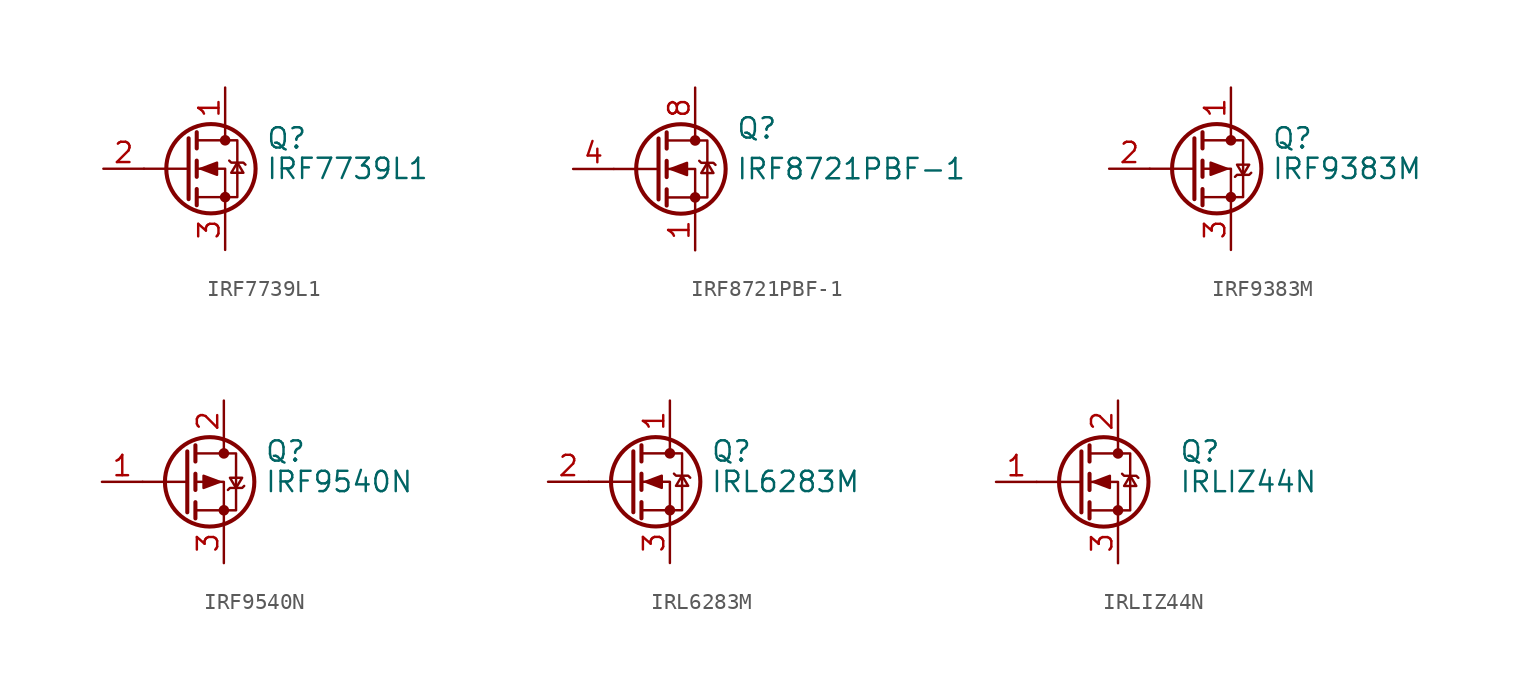
<source format=kicad_sym>
(kicad_symbol_lib
  (version 20211014)
  (generator kicad_symbol_editor)
  (symbol "IRF7739L1"
    (pin_names hide)
    (property "Reference" "Q"
      (at 5.08 1.905 0)
      (effects (font (size 1.27 1.27)) (justify left)))
    (property "Value" "IRF7739L1"
      (at 5.08 0 0)
      (effects (font (size 1.27 1.27)) (justify left)))
    (symbol "IRF7739L1_0_1"
      (polyline (pts (xy 0.254 0) (xy -2.54 0)) (stroke (width 0) (type default) (color 0 0 0 0)) (fill (type none)))
      (polyline (pts (xy 0.254 1.905) (xy 0.254 -1.905)) (stroke (width 0.254) (type default) (color 0 0 0 0)) (fill (type none)))
      (polyline (pts (xy 0.762 -1.27) (xy 0.762 -2.286)) (stroke (width 0.254) (type default) (color 0 0 0 0)) (fill (type none)))
      (polyline (pts (xy 0.762 0.508) (xy 0.762 -0.508)) (stroke (width 0.254) (type default) (color 0 0 0 0)) (fill (type none)))
      (polyline (pts (xy 0.762 2.286) (xy 0.762 1.27)) (stroke (width 0.254) (type default) (color 0 0 0 0)) (fill (type none)))
      (polyline (pts (xy 2.54 2.54) (xy 2.54 1.778)) (stroke (width 0) (type default) (color 0 0 0 0)) (fill (type none)))
      (polyline (pts (xy 2.54 -2.54) (xy 2.54 0) (xy 0.762 0)) (stroke (width 0) (type default) (color 0 0 0 0)) (fill (type none)))
      (polyline (pts (xy 0.762 -1.778) (xy 3.302 -1.778) (xy 3.302 1.778) (xy 0.762 1.778)) (stroke (width 0) (type default) (color 0 0 0 0)) (fill (type none)))
      (polyline (pts (xy 1.016 0) (xy 2.032 0.381) (xy 2.032 -0.381) (xy 1.016 0)) (stroke (width 0) (type default) (color 0 0 0 0)) (fill (type outline)))
      (polyline (pts (xy 2.794 0.508) (xy 2.921 0.381) (xy 3.683 0.381) (xy 3.81 0.254)) (stroke (width 0) (type default) (color 0 0 0 0)) (fill (type none)))
      (polyline (pts (xy 3.302 0.381) (xy 2.921 -0.254) (xy 3.683 -0.254) (xy 3.302 0.381)) (stroke (width 0) (type default) (color 0 0 0 0)) (fill (type none)))
      (circle (center 1.651 0) (radius 2.794) (stroke (width 0.254) (type default) (color 0 0 0 0)) (fill (type none)))
      (circle (center 2.54 -1.778) (radius 0.254) (stroke (width 0) (type default) (color 0 0 0 0)) (fill (type outline)))
      (circle (center 2.54 1.778) (radius 0.254) (stroke (width 0) (type default) (color 0 0 0 0)) (fill (type outline))))
    (symbol "IRF7739L1_1_1"
      (pin passive line (at 2.54 5.08 270) (length 2.54) (name "D" (effects (font (size 1.27 1.27)))) (number "1" (effects (font (size 1.27 1.27)))))
      (pin input line (at -5.08 0 0) (length 2.54) (name "G" (effects (font (size 1.27 1.27)))) (number "2" (effects (font (size 1.27 1.27)))))
      (pin passive line (at 2.54 -5.08 90) (length 2.54) (name "S" (effects (font (size 1.27 1.27)))) (number "3" (effects (font (size 1.27 1.27)))))))
  (symbol "IRF8721PBF-1"
    (pin_names hide)
    (property "Reference" "Q"
      (at 5.08 2.54 0)
      (effects (font (size 1.27 1.27)) (justify left)))
    (property "Value" "IRF8721PBF-1"
      (at 5.08 0 0)
      (effects (font (size 1.27 1.27)) (justify left)))
    (symbol "IRF8721PBF-1_0_1"
      (polyline (pts (xy 0.254 0) (xy -2.54 0)) (stroke (width 0) (type default) (color 0 0 0 0)) (fill (type none)))
      (polyline (pts (xy 0.254 1.905) (xy 0.254 -1.905)) (stroke (width 0.254) (type default) (color 0 0 0 0)) (fill (type none)))
      (polyline (pts (xy 0.762 -1.27) (xy 0.762 -2.286)) (stroke (width 0.254) (type default) (color 0 0 0 0)) (fill (type none)))
      (polyline (pts (xy 0.762 0.508) (xy 0.762 -0.508)) (stroke (width 0.254) (type default) (color 0 0 0 0)) (fill (type none)))
      (polyline (pts (xy 0.762 2.286) (xy 0.762 1.27)) (stroke (width 0.254) (type default) (color 0 0 0 0)) (fill (type none)))
      (polyline (pts (xy 2.54 2.54) (xy 2.54 1.778)) (stroke (width 0) (type default) (color 0 0 0 0)) (fill (type none)))
      (polyline (pts (xy 2.54 -2.54) (xy 2.54 0) (xy 0.762 0)) (stroke (width 0) (type default) (color 0 0 0 0)) (fill (type none)))
      (polyline (pts (xy 0.762 -1.778) (xy 3.302 -1.778) (xy 3.302 1.778) (xy 0.762 1.778)) (stroke (width 0) (type default) (color 0 0 0 0)) (fill (type none)))
      (polyline (pts (xy 1.016 0) (xy 2.032 0.381) (xy 2.032 -0.381) (xy 1.016 0)) (stroke (width 0) (type default) (color 0 0 0 0)) (fill (type outline)))
      (polyline (pts (xy 2.794 0.508) (xy 2.921 0.381) (xy 3.683 0.381) (xy 3.81 0.254)) (stroke (width 0) (type default) (color 0 0 0 0)) (fill (type none)))
      (polyline (pts (xy 3.302 0.381) (xy 2.921 -0.254) (xy 3.683 -0.254) (xy 3.302 0.381)) (stroke (width 0) (type default) (color 0 0 0 0)) (fill (type none)))
      (circle (center 1.651 0) (radius 2.794) (stroke (width 0.254) (type default) (color 0 0 0 0)) (fill (type none)))
      (circle (center 2.54 -1.778) (radius 0.254) (stroke (width 0) (type default) (color 0 0 0 0)) (fill (type outline)))
      (circle (center 2.54 1.778) (radius 0.254) (stroke (width 0) (type default) (color 0 0 0 0)) (fill (type outline))))
    (symbol "IRF8721PBF-1_1_1"
      (pin passive line (at 2.54 -5.08 90) (length 2.54) (name "S" (effects (font (size 1.27 1.27)))) (number "1" (effects (font (size 1.27 1.27)))))
      (pin passive line (at 2.54 -5.08 90) (length 2.54) hide (name "S" (effects (font (size 1.27 1.27)))) (number "2" (effects (font (size 1.27 1.27)))))
      (pin passive line (at 2.54 -5.08 90) (length 2.54) hide (name "S" (effects (font (size 1.27 1.27)))) (number "3" (effects (font (size 1.27 1.27)))))
      (pin input line (at -5.08 0 0) (length 2.54) (name "G" (effects (font (size 1.27 1.27)))) (number "4" (effects (font (size 1.27 1.27)))))
      (pin passive line (at 2.54 5.08 270) (length 2.54) hide (name "D" (effects (font (size 1.27 1.27)))) (number "5" (effects (font (size 1.27 1.27)))))
      (pin passive line (at 2.54 5.08 270) (length 2.54) hide (name "D" (effects (font (size 1.27 1.27)))) (number "6" (effects (font (size 1.27 1.27)))))
      (pin passive line (at 2.54 5.08 270) (length 2.54) hide (name "D" (effects (font (size 1.27 1.27)))) (number "7" (effects (font (size 1.27 1.27)))))
      (pin passive line (at 2.54 5.08 270) (length 2.54) (name "D" (effects (font (size 1.27 1.27)))) (number "8" (effects (font (size 1.27 1.27)))))))
  (symbol "IRF9383M"
    (pin_names hide)
    (property "Reference" "Q"
      (at 5.08 1.905 0)
      (effects (font (size 1.27 1.27)) (justify left)))
    (property "Value" "IRF9383M"
      (at 5.08 0 0)
      (effects (font (size 1.27 1.27)) (justify left)))
    (symbol "IRF9383M_0_1"
      (polyline (pts (xy 0.254 0) (xy -2.54 0)) (stroke (width 0) (type default) (color 0 0 0 0)) (fill (type none)))
      (polyline (pts (xy 0.254 1.905) (xy 0.254 -1.905)) (stroke (width 0.254) (type default) (color 0 0 0 0)) (fill (type none)))
      (polyline (pts (xy 0.762 -1.27) (xy 0.762 -2.286)) (stroke (width 0.254) (type default) (color 0 0 0 0)) (fill (type none)))
      (polyline (pts (xy 0.762 0.508) (xy 0.762 -0.508)) (stroke (width 0.254) (type default) (color 0 0 0 0)) (fill (type none)))
      (polyline (pts (xy 0.762 2.286) (xy 0.762 1.27)) (stroke (width 0.254) (type default) (color 0 0 0 0)) (fill (type none)))
      (polyline (pts (xy 2.54 2.54) (xy 2.54 1.778)) (stroke (width 0) (type default) (color 0 0 0 0)) (fill (type none)))
      (polyline (pts (xy 2.54 -2.54) (xy 2.54 0) (xy 0.762 0)) (stroke (width 0) (type default) (color 0 0 0 0)) (fill (type none)))
      (polyline (pts (xy 0.762 1.778) (xy 3.302 1.778) (xy 3.302 -1.778) (xy 0.762 -1.778)) (stroke (width 0) (type default) (color 0 0 0 0)) (fill (type none)))
      (polyline (pts (xy 2.286 0) (xy 1.27 0.381) (xy 1.27 -0.381) (xy 2.286 0)) (stroke (width 0) (type default) (color 0 0 0 0)) (fill (type outline)))
      (polyline (pts (xy 2.794 -0.508) (xy 2.921 -0.381) (xy 3.683 -0.381) (xy 3.81 -0.254)) (stroke (width 0) (type default) (color 0 0 0 0)) (fill (type none)))
      (polyline (pts (xy 3.302 -0.381) (xy 2.921 0.254) (xy 3.683 0.254) (xy 3.302 -0.381)) (stroke (width 0) (type default) (color 0 0 0 0)) (fill (type none)))
      (circle (center 1.651 0) (radius 2.794) (stroke (width 0.254) (type default) (color 0 0 0 0)) (fill (type none)))
      (circle (center 2.54 -1.778) (radius 0.254) (stroke (width 0) (type default) (color 0 0 0 0)) (fill (type outline)))
      (circle (center 2.54 1.778) (radius 0.254) (stroke (width 0) (type default) (color 0 0 0 0)) (fill (type outline))))
    (symbol "IRF9383M_1_1"
      (pin passive line (at 2.54 5.08 270) (length 2.54) (name "D" (effects (font (size 1.27 1.27)))) (number "1" (effects (font (size 1.27 1.27)))))
      (pin input line (at -5.08 0 0) (length 2.54) (name "G" (effects (font (size 1.27 1.27)))) (number "2" (effects (font (size 1.27 1.27)))))
      (pin passive line (at 2.54 -5.08 90) (length 2.54) (name "S" (effects (font (size 1.27 1.27)))) (number "3" (effects (font (size 1.27 1.27)))))))
  (symbol "IRF9540N"
    (pin_names hide)
    (property "Reference" "Q"
      (at 5.08 1.905 0)
      (effects (font (size 1.27 1.27)) (justify left)))
    (property "Value" "IRF9540N"
      (at 5.08 0 0)
      (effects (font (size 1.27 1.27)) (justify left)))
    (symbol "IRF9540N_0_1"
      (polyline (pts (xy 0.254 0) (xy -2.54 0)) (stroke (width 0) (type default) (color 0 0 0 0)) (fill (type none)))
      (polyline (pts (xy 0.254 1.905) (xy 0.254 -1.905)) (stroke (width 0.254) (type default) (color 0 0 0 0)) (fill (type none)))
      (polyline (pts (xy 0.762 -1.27) (xy 0.762 -2.286)) (stroke (width 0.254) (type default) (color 0 0 0 0)) (fill (type none)))
      (polyline (pts (xy 0.762 0.508) (xy 0.762 -0.508)) (stroke (width 0.254) (type default) (color 0 0 0 0)) (fill (type none)))
      (polyline (pts (xy 0.762 2.286) (xy 0.762 1.27)) (stroke (width 0.254) (type default) (color 0 0 0 0)) (fill (type none)))
      (polyline (pts (xy 2.54 2.54) (xy 2.54 1.778)) (stroke (width 0) (type default) (color 0 0 0 0)) (fill (type none)))
      (polyline (pts (xy 2.54 -2.54) (xy 2.54 0) (xy 0.762 0)) (stroke (width 0) (type default) (color 0 0 0 0)) (fill (type none)))
      (polyline (pts (xy 0.762 1.778) (xy 3.302 1.778) (xy 3.302 -1.778) (xy 0.762 -1.778)) (stroke (width 0) (type default) (color 0 0 0 0)) (fill (type none)))
      (polyline (pts (xy 2.286 0) (xy 1.27 0.381) (xy 1.27 -0.381) (xy 2.286 0)) (stroke (width 0) (type default) (color 0 0 0 0)) (fill (type outline)))
      (polyline (pts (xy 2.794 -0.508) (xy 2.921 -0.381) (xy 3.683 -0.381) (xy 3.81 -0.254)) (stroke (width 0) (type default) (color 0 0 0 0)) (fill (type none)))
      (polyline (pts (xy 3.302 -0.381) (xy 2.921 0.254) (xy 3.683 0.254) (xy 3.302 -0.381)) (stroke (width 0) (type default) (color 0 0 0 0)) (fill (type none)))
      (circle (center 1.651 0) (radius 2.794) (stroke (width 0.254) (type default) (color 0 0 0 0)) (fill (type none)))
      (circle (center 2.54 -1.778) (radius 0.254) (stroke (width 0) (type default) (color 0 0 0 0)) (fill (type outline)))
      (circle (center 2.54 1.778) (radius 0.254) (stroke (width 0) (type default) (color 0 0 0 0)) (fill (type outline))))
    (symbol "IRF9540N_1_1"
      (pin input line (at -5.08 0 0) (length 2.54) (name "G" (effects (font (size 1.27 1.27)))) (number "1" (effects (font (size 1.27 1.27)))))
      (pin passive line (at 2.54 5.08 270) (length 2.54) (name "D" (effects (font (size 1.27 1.27)))) (number "2" (effects (font (size 1.27 1.27)))))
      (pin passive line (at 2.54 -5.08 90) (length 2.54) (name "S" (effects (font (size 1.27 1.27)))) (number "3" (effects (font (size 1.27 1.27)))))))
  (symbol "IRL6283M"
    (pin_names hide)
    (property "Reference" "Q"
      (at 5.08 1.905 0)
      (effects (font (size 1.27 1.27)) (justify left)))
    (property "Value" "IRL6283M"
      (at 5.08 0 0)
      (effects (font (size 1.27 1.27)) (justify left)))
    (symbol "IRL6283M_0_1"
      (polyline (pts (xy 0.254 0) (xy -2.54 0)) (stroke (width 0) (type default) (color 0 0 0 0)) (fill (type none)))
      (polyline (pts (xy 0.254 1.905) (xy 0.254 -1.905)) (stroke (width 0.254) (type default) (color 0 0 0 0)) (fill (type none)))
      (polyline (pts (xy 0.762 -1.27) (xy 0.762 -2.286)) (stroke (width 0.254) (type default) (color 0 0 0 0)) (fill (type none)))
      (polyline (pts (xy 0.762 0.508) (xy 0.762 -0.508)) (stroke (width 0.254) (type default) (color 0 0 0 0)) (fill (type none)))
      (polyline (pts (xy 0.762 2.286) (xy 0.762 1.27)) (stroke (width 0.254) (type default) (color 0 0 0 0)) (fill (type none)))
      (polyline (pts (xy 2.54 2.54) (xy 2.54 1.778)) (stroke (width 0) (type default) (color 0 0 0 0)) (fill (type none)))
      (polyline (pts (xy 2.54 -2.54) (xy 2.54 0) (xy 0.762 0)) (stroke (width 0) (type default) (color 0 0 0 0)) (fill (type none)))
      (polyline (pts (xy 0.762 -1.778) (xy 3.302 -1.778) (xy 3.302 1.778) (xy 0.762 1.778)) (stroke (width 0) (type default) (color 0 0 0 0)) (fill (type none)))
      (polyline (pts (xy 1.016 0) (xy 2.032 0.381) (xy 2.032 -0.381) (xy 1.016 0)) (stroke (width 0) (type default) (color 0 0 0 0)) (fill (type outline)))
      (polyline (pts (xy 2.794 0.508) (xy 2.921 0.381) (xy 3.683 0.381) (xy 3.81 0.254)) (stroke (width 0) (type default) (color 0 0 0 0)) (fill (type none)))
      (polyline (pts (xy 3.302 0.381) (xy 2.921 -0.254) (xy 3.683 -0.254) (xy 3.302 0.381)) (stroke (width 0) (type default) (color 0 0 0 0)) (fill (type none)))
      (circle (center 1.651 0) (radius 2.794) (stroke (width 0.254) (type default) (color 0 0 0 0)) (fill (type none)))
      (circle (center 2.54 -1.778) (radius 0.254) (stroke (width 0) (type default) (color 0 0 0 0)) (fill (type outline)))
      (circle (center 2.54 1.778) (radius 0.254) (stroke (width 0) (type default) (color 0 0 0 0)) (fill (type outline))))
    (symbol "IRL6283M_1_1"
      (pin passive line (at 2.54 5.08 270) (length 2.54) (name "D" (effects (font (size 1.27 1.27)))) (number "1" (effects (font (size 1.27 1.27)))))
      (pin input line (at -5.08 0 0) (length 2.54) (name "G" (effects (font (size 1.27 1.27)))) (number "2" (effects (font (size 1.27 1.27)))))
      (pin passive line (at 2.54 -5.08 90) (length 2.54) (name "S" (effects (font (size 1.27 1.27)))) (number "3" (effects (font (size 1.27 1.27)))))))
  (symbol "IRLIZ44N"
    (pin_names hide)
    (property "Reference" "Q"
      (at 6.35 1.905 0)
      (effects (font (size 1.27 1.27)) (justify left)))
    (property "Value" "IRLIZ44N"
      (at 6.35 0 0)
      (effects (font (size 1.27 1.27)) (justify left)))
    (symbol "IRLIZ44N_0_1"
      (polyline (pts (xy 0.254 0) (xy -2.54 0)) (stroke (width 0) (type default) (color 0 0 0 0)) (fill (type none)))
      (polyline (pts (xy 0.254 1.905) (xy 0.254 -1.905)) (stroke (width 0.254) (type default) (color 0 0 0 0)) (fill (type none)))
      (polyline (pts (xy 0.762 -1.27) (xy 0.762 -2.286)) (stroke (width 0.254) (type default) (color 0 0 0 0)) (fill (type none)))
      (polyline (pts (xy 0.762 0.508) (xy 0.762 -0.508)) (stroke (width 0.254) (type default) (color 0 0 0 0)) (fill (type none)))
      (polyline (pts (xy 0.762 2.286) (xy 0.762 1.27)) (stroke (width 0.254) (type default) (color 0 0 0 0)) (fill (type none)))
      (polyline (pts (xy 2.54 2.54) (xy 2.54 1.778)) (stroke (width 0) (type default) (color 0 0 0 0)) (fill (type none)))
      (polyline (pts (xy 2.54 -2.54) (xy 2.54 0) (xy 0.762 0)) (stroke (width 0) (type default) (color 0 0 0 0)) (fill (type none)))
      (polyline (pts (xy 0.762 -1.778) (xy 3.302 -1.778) (xy 3.302 1.778) (xy 0.762 1.778)) (stroke (width 0) (type default) (color 0 0 0 0)) (fill (type none)))
      (polyline (pts (xy 1.016 0) (xy 2.032 0.381) (xy 2.032 -0.381) (xy 1.016 0)) (stroke (width 0) (type default) (color 0 0 0 0)) (fill (type outline)))
      (polyline (pts (xy 2.794 0.508) (xy 2.921 0.381) (xy 3.683 0.381) (xy 3.81 0.254)) (stroke (width 0) (type default) (color 0 0 0 0)) (fill (type none)))
      (polyline (pts (xy 3.302 0.381) (xy 2.921 -0.254) (xy 3.683 -0.254) (xy 3.302 0.381)) (stroke (width 0) (type default) (color 0 0 0 0)) (fill (type none)))
      (circle (center 1.651 0) (radius 2.794) (stroke (width 0.254) (type default) (color 0 0 0 0)) (fill (type none)))
      (circle (center 2.54 -1.778) (radius 0.254) (stroke (width 0) (type default) (color 0 0 0 0)) (fill (type outline)))
      (circle (center 2.54 1.778) (radius 0.254) (stroke (width 0) (type default) (color 0 0 0 0)) (fill (type outline))))
    (symbol "IRLIZ44N_1_1"
      (pin input line (at -5.08 0 0) (length 2.54) (name "G" (effects (font (size 1.27 1.27)))) (number "1" (effects (font (size 1.27 1.27)))))
      (pin passive line (at 2.54 5.08 270) (length 2.54) (name "D" (effects (font (size 1.27 1.27)))) (number "2" (effects (font (size 1.27 1.27)))))
      (pin passive line (at 2.54 -5.08 90) (length 2.54) (name "S" (effects (font (size 1.27 1.27)))) (number "3" (effects (font (size 1.27 1.27))))))))
</source>
